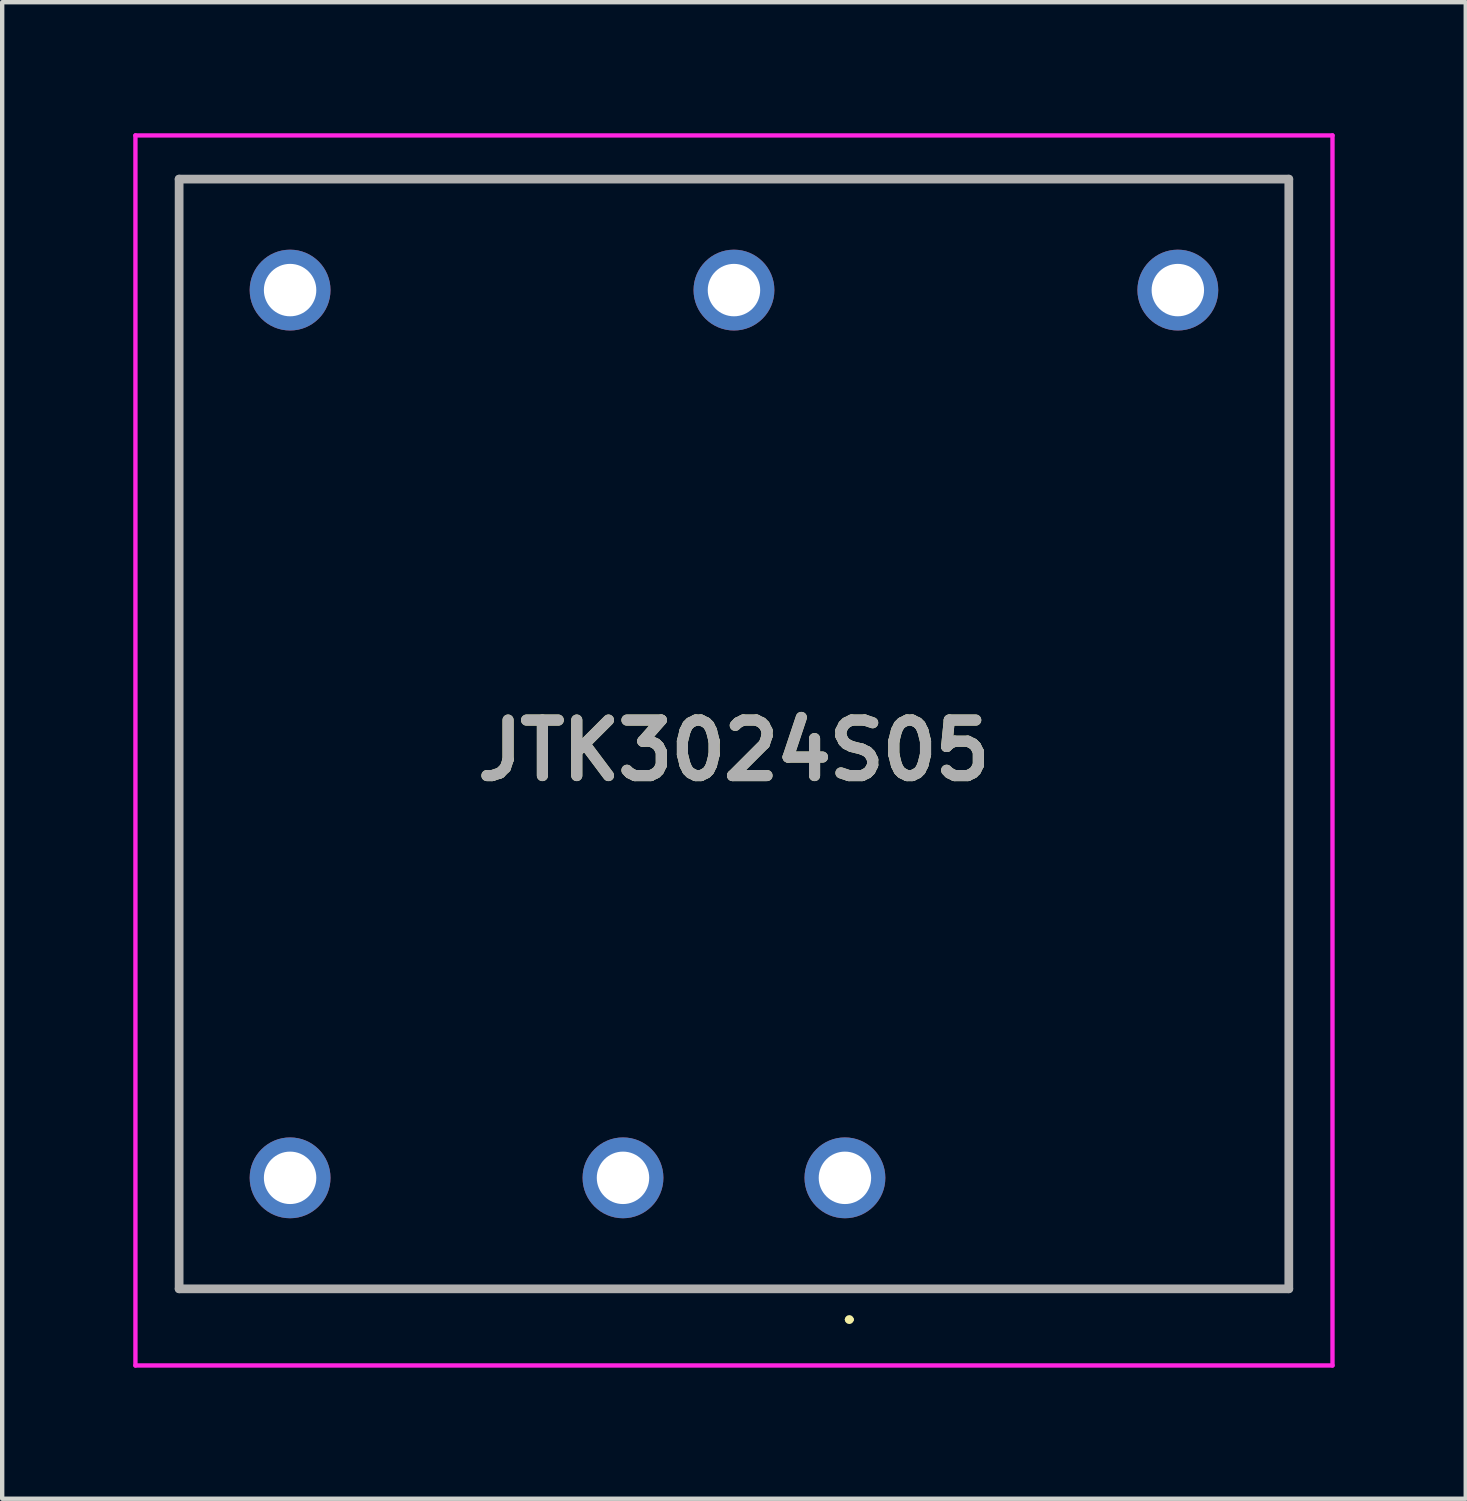
<source format=kicad_pcb>
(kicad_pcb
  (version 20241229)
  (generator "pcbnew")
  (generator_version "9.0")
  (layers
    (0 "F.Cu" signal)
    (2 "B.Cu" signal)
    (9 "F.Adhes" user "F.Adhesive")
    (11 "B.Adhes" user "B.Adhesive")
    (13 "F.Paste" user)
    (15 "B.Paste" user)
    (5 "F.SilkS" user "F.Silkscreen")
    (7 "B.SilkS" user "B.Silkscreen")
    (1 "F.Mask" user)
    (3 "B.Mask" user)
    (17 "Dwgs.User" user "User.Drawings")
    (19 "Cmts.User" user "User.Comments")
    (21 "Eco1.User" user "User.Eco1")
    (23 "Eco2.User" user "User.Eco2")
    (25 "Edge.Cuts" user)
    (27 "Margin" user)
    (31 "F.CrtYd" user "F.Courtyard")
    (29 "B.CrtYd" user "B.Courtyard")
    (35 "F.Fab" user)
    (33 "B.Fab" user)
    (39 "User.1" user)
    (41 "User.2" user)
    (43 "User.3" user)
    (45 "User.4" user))
  (footprint "JTK3024S05"
    (layer "F.Cu")
    (at 16.29 23.91)
    (property "Reference" "JTK3024S05" (at -2.54 -9.782 0) (layer "F.SilkS") (effects (font (size 1.27 1.27) (thickness 0.254))))
    (attr through_hole)
    (fp_line (start -15.24 -22.86) (end 10.16 -22.86) (stroke (width 0.1) (type solid)) (layer "F.SilkS"))
    (fp_line (start -15.24 2.54) (end -15.24 -22.86) (stroke (width 0.1) (type solid)) (layer "F.SilkS"))
    (fp_line (start 0.049 3.244) (end 0.049 3.244) (stroke (width 0.102) (type solid)) (layer "F.SilkS"))
    (fp_line (start 0.151 3.244) (end 0.151 3.244) (stroke (width 0.102) (type solid)) (layer "F.SilkS"))
    (fp_line (start 10.16 -22.86) (end 10.16 2.54) (stroke (width 0.1) (type solid)) (layer "F.SilkS"))
    (fp_line (start 10.16 2.54) (end -15.24 2.54) (stroke (width 0.1) (type solid)) (layer "F.SilkS"))
    (fp_arc (start 0.049 3.244) (mid 0.1 3.193) (end 0.151 3.244) (stroke (width 0.1022) (type solid)) (layer "F.SilkS"))
    (fp_arc (start 0.151 3.244) (mid 0.1 3.295) (end 0.049 3.244) (stroke (width 0.1022) (type solid)) (layer "F.SilkS"))
    (fp_line (start -16.24 -23.86) (end 11.16 -23.86) (stroke (width 0.1) (type solid)) (layer "F.CrtYd"))
    (fp_line (start -16.24 4.295) (end -16.24 -23.86) (stroke (width 0.1) (type solid)) (layer "F.CrtYd"))
    (fp_line (start 11.16 -23.86) (end 11.16 4.295) (stroke (width 0.1) (type solid)) (layer "F.CrtYd"))
    (fp_line (start 11.16 4.295) (end -16.24 4.295) (stroke (width 0.1) (type solid)) (layer "F.CrtYd"))
    (fp_line (start -15.24 -22.86) (end 10.16 -22.86) (stroke (width 0.2) (type solid)) (layer "F.Fab"))
    (fp_line (start -15.24 2.54) (end -15.24 -22.86) (stroke (width 0.2) (type solid)) (layer "F.Fab"))
    (fp_line (start 10.16 -22.86) (end 10.16 2.54) (stroke (width 0.2) (type solid)) (layer "F.Fab"))
    (fp_line (start 10.16 2.54) (end -15.24 2.54) (stroke (width 0.2) (type solid)) (layer "F.Fab"))
    (fp_text user "${REFERENCE}" (at -2.54 -9.782 0) (layer "F.Fab") (effects (font (size 1.27 1.27) (thickness 0.254))))
    (pad "1" thru_hole circle (at 0 0) (size 1.85 1.85) (drill 1.2) (layers "*.Cu" "*.Mask"))
    (pad "2" thru_hole circle (at -5.08 0) (size 1.85 1.85) (drill 1.2) (layers "*.Cu" "*.Mask"))
    (pad "3" thru_hole circle (at -12.7 0) (size 1.85 1.85) (drill 1.2) (layers "*.Cu" "*.Mask"))
    (pad "4" thru_hole circle (at 7.62 -20.32) (size 1.85 1.85) (drill 1.2) (layers "*.Cu" "*.Mask"))
    (pad "5" thru_hole circle (at -2.54 -20.32) (size 1.85 1.85) (drill 1.2) (layers "*.Cu" "*.Mask"))
    (pad "6" thru_hole circle (at -12.7 -20.32) (size 1.85 1.85) (drill 1.2) (layers "*.Cu" "*.Mask")))
  (gr_rect
    (start -3 -3)
    (end 30.5 31.255)
    (stroke (width 0.1) (type default))
    (fill no)
    (layer "Edge.Cuts")))
</source>
